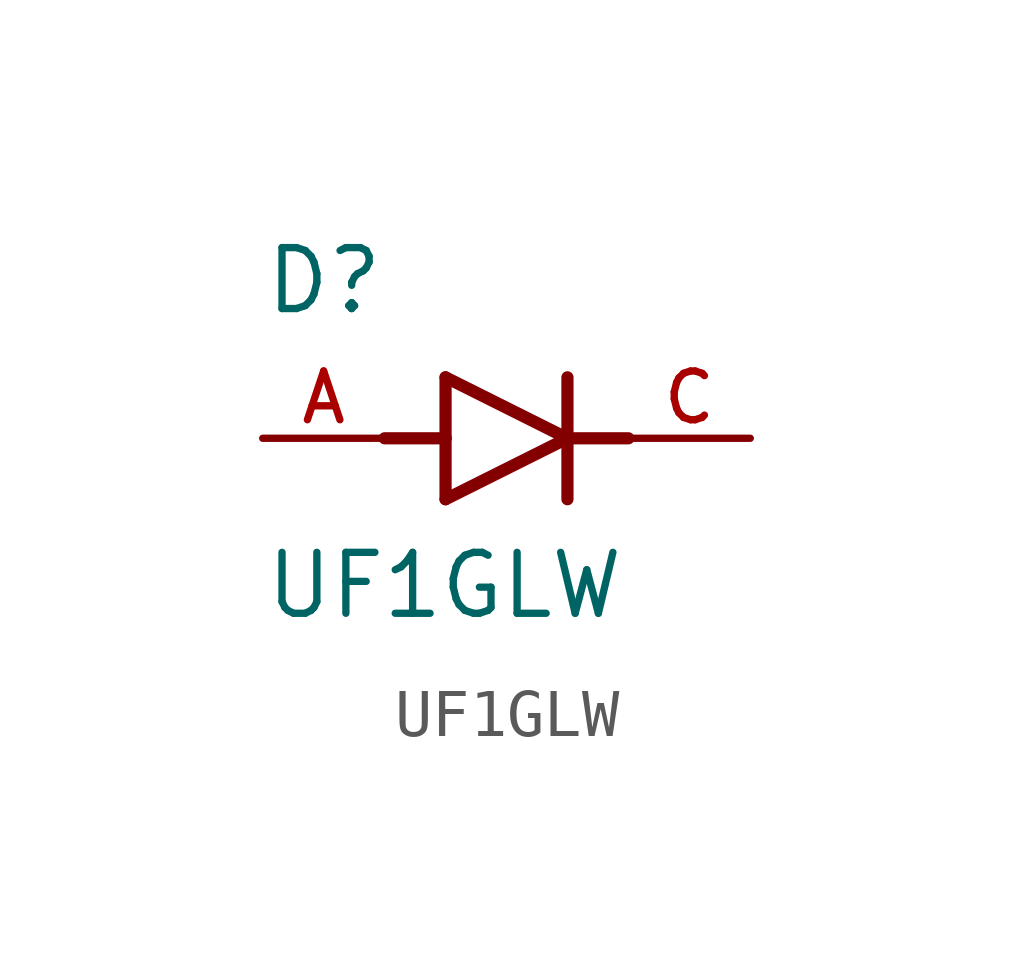
<source format=kicad_sym>
(kicad_symbol_lib
  (version 20231120)
  (generator "kicad_symbol_editor")
  (generator_version "8.0")
  (symbol "UF1GLW"
    (pin_names
      (offset 1.016))
    (property "Reference" "D"
      (at -5.08 2.54 0)
      (effects (font (size 1.27 1.27)) (justify left bottom)))
    (property "Value" "UF1GLW"
      (at -5.08 -3.81 0)
      (effects (font (size 1.27 1.27)) (justify left bottom)))
    (symbol "UF1GLW_0_0"
      (polyline (pts (xy -2.54 0) (xy -1.27 0)) (stroke (width 0.254) (type default)) (fill (type none)))
      (polyline (pts (xy -1.27 -1.27) (xy 1.27 0)) (stroke (width 0.254) (type default)) (fill (type none)))
      (polyline (pts (xy -1.27 0) (xy -1.27 -1.27)) (stroke (width 0.254) (type default)) (fill (type none)))
      (polyline (pts (xy -1.27 1.27) (xy -1.27 0)) (stroke (width 0.254) (type default)) (fill (type none)))
      (polyline (pts (xy 1.27 0) (xy -1.27 1.27)) (stroke (width 0.254) (type default)) (fill (type none)))
      (polyline (pts (xy 1.27 0) (xy 1.27 -1.27)) (stroke (width 0.254) (type default)) (fill (type none)))
      (polyline (pts (xy 1.27 0) (xy 2.54 0)) (stroke (width 0.254) (type default)) (fill (type none)))
      (polyline (pts (xy 1.27 1.27) (xy 1.27 0)) (stroke (width 0.254) (type default)) (fill (type none)))
      (pin passive line (at -5.08 0 0) (length 2.54) (name "~" (effects (font (size 1.016 1.016)))) (number "A" (effects (font (size 1.016 1.016)))))
      (pin passive line (at 5.08 0 180) (length 2.54) (name "~" (effects (font (size 1.016 1.016)))) (number "C" (effects (font (size 1.016 1.016))))))))
</source>
